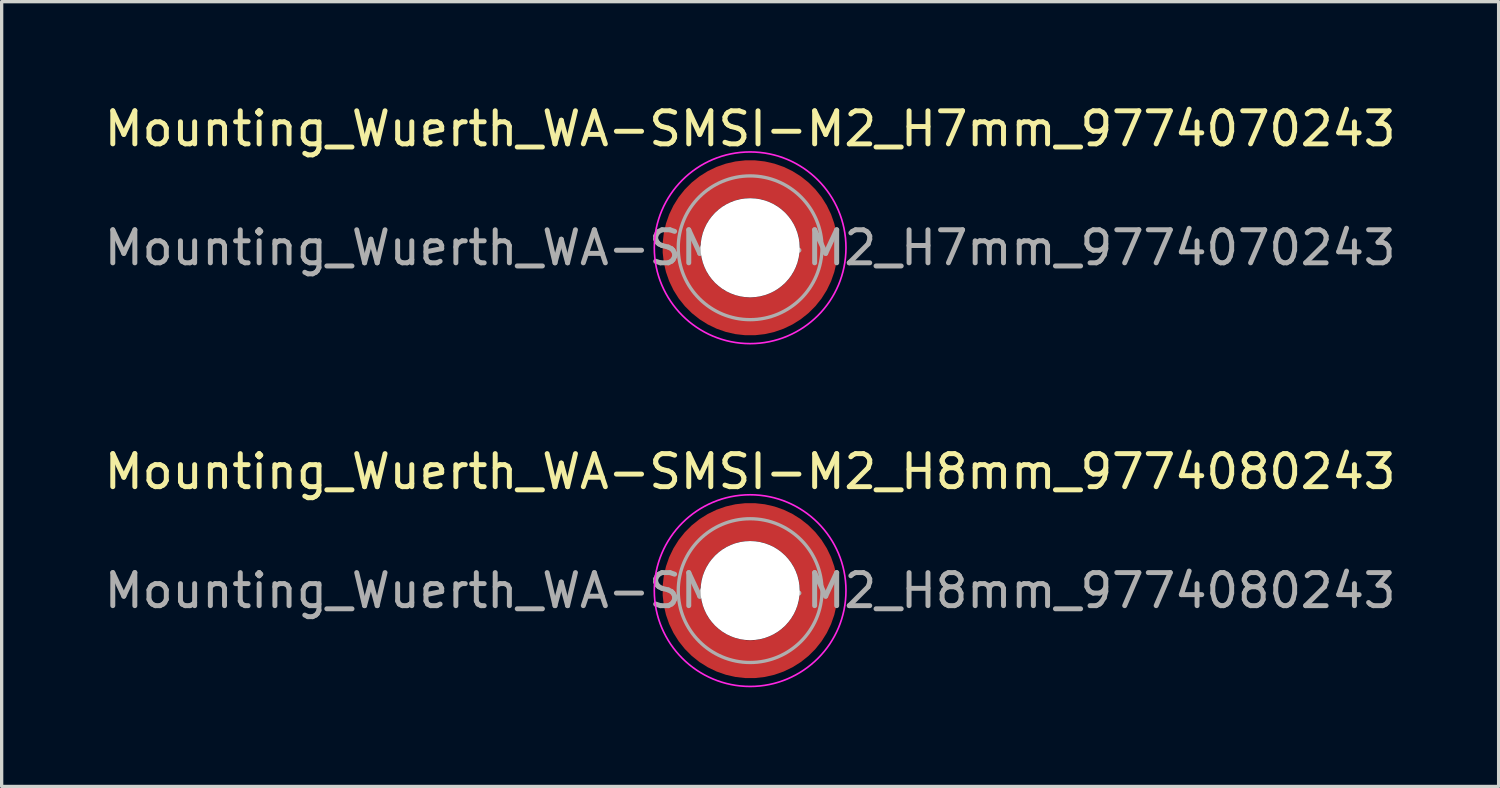
<source format=kicad_pcb>
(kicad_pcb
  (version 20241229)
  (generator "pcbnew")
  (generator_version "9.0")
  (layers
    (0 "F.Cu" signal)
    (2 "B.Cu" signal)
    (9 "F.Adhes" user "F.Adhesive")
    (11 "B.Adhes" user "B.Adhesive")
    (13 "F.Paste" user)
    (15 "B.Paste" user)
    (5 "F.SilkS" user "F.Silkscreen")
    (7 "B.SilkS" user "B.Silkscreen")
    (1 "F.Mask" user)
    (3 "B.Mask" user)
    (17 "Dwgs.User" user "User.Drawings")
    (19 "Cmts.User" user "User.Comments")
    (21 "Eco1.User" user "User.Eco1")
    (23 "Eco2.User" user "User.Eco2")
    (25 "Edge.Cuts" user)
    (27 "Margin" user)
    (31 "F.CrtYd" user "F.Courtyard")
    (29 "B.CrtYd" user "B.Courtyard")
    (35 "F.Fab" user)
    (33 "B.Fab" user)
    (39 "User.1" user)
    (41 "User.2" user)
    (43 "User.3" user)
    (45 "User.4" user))
  (footprint "Mounting_Wuerth_WA-SMSI-M2_H8mm_9774080243"
    (layer "F.Cu")
    (at 19.649 14.822)
    (property "Reference" "Mounting_Wuerth_WA-SMSI-M2_H8mm_9774080243" (at 0 -3.6 0) (layer "F.SilkS") (effects (font (size 1 1) (thickness 0.15))))
    (attr smd allow_soldermask_bridges)
    (fp_circle (center 0 0) (end 2.9 0) (stroke (width 0.05) (type solid)) (fill no) (layer "F.CrtYd"))
    (fp_circle (center 0 0) (end 2.175 0) (stroke (width 0.1) (type solid)) (fill no) (layer "F.Fab"))
    (fp_text user "${REFERENCE}" (at 0 0 0) (layer "F.Fab") (effects (font (size 1 1) (thickness 0.15))))
    (pad "" smd custom (at -1.453 -1.453) (size 0.505 0.505) (layers "F.Paste") (options (anchor circle)) (primitives (gr_arc (start -0.147677 1.053104) (mid 0.286378 0.286378) (end 1.053104 -0.147677) (width 0.2)) (gr_arc (start -0.240295 1.053104) (mid 0.222739 0.222739) (end 1.053104 -0.240295) (width 0.2)) (gr_arc (start -0.332645 1.053104) (mid 0.159099 0.159099) (end 1.053104 -0.332645) (width 0.2)) (gr_arc (start -0.424767 1.053104) (mid 0.095459 0.095459) (end 1.053104 -0.424767) (width 0.2)) (gr_arc (start -0.516693 1.053104) (mid 0.03182 0.03182) (end 1.053104 -0.516693) (width 0.2)) (gr_arc (start -0.608448 1.053104) (mid -0.03182 -0.03182) (end 1.053104 -0.608448) (width 0.2)) (gr_arc (start -0.700056 1.053104) (mid -0.095459 -0.095459) (end 1.053104 -0.700056) (width 0.2)) (gr_arc (start -0.791534 1.053104) (mid -0.159099 -0.159099) (end 1.053104 -0.791534) (width 0.2)) (gr_arc (start -0.882896 1.053104) (mid -0.222739 -0.222739) (end 1.053104 -0.882896) (width 0.2)) (gr_arc (start -0.974157 1.053104) (mid -0.286378 -0.286378) (end 1.053104 -0.974157) (width 0.2)) (gr_line (start 1.053 -0.148) (end 1.053 -0.974) (width 0.2)) (gr_line (start -0.148 1.053) (end -0.974 1.053) (width 0.2))))
    (pad "" smd custom (at -1.453 1.453) (size 0.505 0.505) (layers "F.Paste") (options (anchor circle)) (primitives (gr_arc (start 1.053104 0.147677) (mid 0.286378 -0.286378) (end -0.147677 -1.053104) (width 0.2)) (gr_arc (start 1.053104 0.240295) (mid 0.222739 -0.222739) (end -0.240295 -1.053104) (width 0.2)) (gr_arc (start 1.053104 0.332645) (mid 0.159099 -0.159099) (end -0.332645 -1.053104) (width 0.2)) (gr_arc (start 1.053104 0.424767) (mid 0.095459 -0.095459) (end -0.424767 -1.053104) (width 0.2)) (gr_arc (start 1.053104 0.516693) (mid 0.03182 -0.03182) (end -0.516693 -1.053104) (width 0.2)) (gr_arc (start 1.053104 0.608448) (mid -0.03182 0.03182) (end -0.608448 -1.053104) (width 0.2)) (gr_arc (start 1.053104 0.700056) (mid -0.095459 0.095459) (end -0.700056 -1.053104) (width 0.2)) (gr_arc (start 1.053104 0.791534) (mid -0.159099 0.159099) (end -0.791534 -1.053104) (width 0.2)) (gr_arc (start 1.053104 0.882896) (mid -0.222739 0.222739) (end -0.882896 -1.053104) (width 0.2)) (gr_arc (start 1.053104 0.974157) (mid -0.286378 0.286378) (end -0.974157 -1.053104) (width 0.2)) (gr_line (start -0.148 -1.053) (end -0.974 -1.053) (width 0.2)) (gr_line (start 1.053 0.148) (end 1.053 0.974) (width 0.2))))
    (pad "" np_thru_hole circle (at 0 0) (size 3 3) (drill 3) (layers "*.Cu" "*.Mask"))
    (pad "" smd custom (at 1.453 -1.453) (size 0.505 0.505) (layers "F.Paste") (options (anchor circle)) (primitives (gr_arc (start -1.053104 -0.147677) (mid -0.286378 0.286378) (end 0.147677 1.053104) (width 0.2)) (gr_arc (start -1.053104 -0.240295) (mid -0.222739 0.222739) (end 0.240295 1.053104) (width 0.2)) (gr_arc (start -1.053104 -0.332645) (mid -0.159099 0.159099) (end 0.332645 1.053104) (width 0.2)) (gr_arc (start -1.053104 -0.424767) (mid -0.095459 0.095459) (end 0.424767 1.053104) (width 0.2)) (gr_arc (start -1.053104 -0.516693) (mid -0.03182 0.03182) (end 0.516693 1.053104) (width 0.2)) (gr_arc (start -1.053104 -0.608448) (mid 0.03182 -0.03182) (end 0.608448 1.053104) (width 0.2)) (gr_arc (start -1.053104 -0.700056) (mid 0.095459 -0.095459) (end 0.700056 1.053104) (width 0.2)) (gr_arc (start -1.053104 -0.791534) (mid 0.159099 -0.159099) (end 0.791534 1.053104) (width 0.2)) (gr_arc (start -1.053104 -0.882896) (mid 0.222739 -0.222739) (end 0.882896 1.053104) (width 0.2)) (gr_arc (start -1.053104 -0.974157) (mid 0.286378 -0.286378) (end 0.974157 1.053104) (width 0.2)) (gr_line (start 0.148 1.053) (end 0.974 1.053) (width 0.2)) (gr_line (start -1.053 -0.148) (end -1.053 -0.974) (width 0.2))))
    (pad "" smd custom (at 1.453 1.453) (size 0.505 0.505) (layers "F.Paste") (options (anchor circle)) (primitives (gr_arc (start 0.147677 -1.053104) (mid -0.286378 -0.286378) (end -1.053104 0.147677) (width 0.2)) (gr_arc (start 0.240295 -1.053104) (mid -0.222739 -0.222739) (end -1.053104 0.240295) (width 0.2)) (gr_arc (start 0.332645 -1.053104) (mid -0.159099 -0.159099) (end -1.053104 0.332645) (width 0.2)) (gr_arc (start 0.424767 -1.053104) (mid -0.095459 -0.095459) (end -1.053104 0.424767) (width 0.2)) (gr_arc (start 0.516693 -1.053104) (mid -0.03182 -0.03182) (end -1.053104 0.516693) (width 0.2)) (gr_arc (start 0.608448 -1.053104) (mid 0.03182 0.03182) (end -1.053104 0.608448) (width 0.2)) (gr_arc (start 0.700056 -1.053104) (mid 0.095459 0.095459) (end -1.053104 0.700056) (width 0.2)) (gr_arc (start 0.791534 -1.053104) (mid 0.159099 0.159099) (end -1.053104 0.791534) (width 0.2)) (gr_arc (start 0.882896 -1.053104) (mid 0.222739 0.222739) (end -1.053104 0.882896) (width 0.2)) (gr_arc (start 0.974157 -1.053104) (mid 0.286378 0.286378) (end -1.053104 0.974157) (width 0.2)) (gr_line (start -1.053 0.148) (end -1.053 0.974) (width 0.2)) (gr_line (start 0.148 -1.053) (end 0.974 -1.053) (width 0.2))))
    (pad "1" smd circle (at -2.075 0) (size 0.642 0.642) (layers "F.Cu"))
    (pad "1" smd circle (at 0 -2.075) (size 0.642 0.642) (layers "F.Cu"))
    (pad "1" smd circle (at 0 2.075) (size 0.642 0.642) (layers "F.Cu"))
    (pad "1" smd custom (at 2.075 0) (size 1.15 1.15) (layers "F.Cu" "F.Mask") (options (anchor circle)) (primitives (gr_circle (center -2.075 0) (end 0 0) (width 1.15) (fill no)))))
  (footprint "Mounting_Wuerth_WA-SMSI-M2_H7mm_9774070243"
    (layer "F.Cu")
    (at 19.649 4.448)
    (property "Reference" "Mounting_Wuerth_WA-SMSI-M2_H7mm_9774070243" (at 0 -3.6 0) (layer "F.SilkS") (effects (font (size 1 1) (thickness 0.15))))
    (attr smd allow_soldermask_bridges)
    (fp_circle (center 0 0) (end 2.9 0) (stroke (width 0.05) (type solid)) (fill no) (layer "F.CrtYd"))
    (fp_circle (center 0 0) (end 2.175 0) (stroke (width 0.1) (type solid)) (fill no) (layer "F.Fab"))
    (fp_text user "${REFERENCE}" (at 0 0 0) (layer "F.Fab") (effects (font (size 1 1) (thickness 0.15))))
    (pad "" smd custom (at -1.453 -1.453) (size 0.505 0.505) (layers "F.Paste") (options (anchor circle)) (primitives (gr_arc (start -0.147677 1.053104) (mid 0.286378 0.286378) (end 1.053104 -0.147677) (width 0.2)) (gr_arc (start -0.240295 1.053104) (mid 0.222739 0.222739) (end 1.053104 -0.240295) (width 0.2)) (gr_arc (start -0.332645 1.053104) (mid 0.159099 0.159099) (end 1.053104 -0.332645) (width 0.2)) (gr_arc (start -0.424767 1.053104) (mid 0.095459 0.095459) (end 1.053104 -0.424767) (width 0.2)) (gr_arc (start -0.516693 1.053104) (mid 0.03182 0.03182) (end 1.053104 -0.516693) (width 0.2)) (gr_arc (start -0.608448 1.053104) (mid -0.03182 -0.03182) (end 1.053104 -0.608448) (width 0.2)) (gr_arc (start -0.700056 1.053104) (mid -0.095459 -0.095459) (end 1.053104 -0.700056) (width 0.2)) (gr_arc (start -0.791534 1.053104) (mid -0.159099 -0.159099) (end 1.053104 -0.791534) (width 0.2)) (gr_arc (start -0.882896 1.053104) (mid -0.222739 -0.222739) (end 1.053104 -0.882896) (width 0.2)) (gr_arc (start -0.974157 1.053104) (mid -0.286378 -0.286378) (end 1.053104 -0.974157) (width 0.2)) (gr_line (start 1.053 -0.148) (end 1.053 -0.974) (width 0.2)) (gr_line (start -0.148 1.053) (end -0.974 1.053) (width 0.2))))
    (pad "" smd custom (at -1.453 1.453) (size 0.505 0.505) (layers "F.Paste") (options (anchor circle)) (primitives (gr_arc (start 1.053104 0.147677) (mid 0.286378 -0.286378) (end -0.147677 -1.053104) (width 0.2)) (gr_arc (start 1.053104 0.240295) (mid 0.222739 -0.222739) (end -0.240295 -1.053104) (width 0.2)) (gr_arc (start 1.053104 0.332645) (mid 0.159099 -0.159099) (end -0.332645 -1.053104) (width 0.2)) (gr_arc (start 1.053104 0.424767) (mid 0.095459 -0.095459) (end -0.424767 -1.053104) (width 0.2)) (gr_arc (start 1.053104 0.516693) (mid 0.03182 -0.03182) (end -0.516693 -1.053104) (width 0.2)) (gr_arc (start 1.053104 0.608448) (mid -0.03182 0.03182) (end -0.608448 -1.053104) (width 0.2)) (gr_arc (start 1.053104 0.700056) (mid -0.095459 0.095459) (end -0.700056 -1.053104) (width 0.2)) (gr_arc (start 1.053104 0.791534) (mid -0.159099 0.159099) (end -0.791534 -1.053104) (width 0.2)) (gr_arc (start 1.053104 0.882896) (mid -0.222739 0.222739) (end -0.882896 -1.053104) (width 0.2)) (gr_arc (start 1.053104 0.974157) (mid -0.286378 0.286378) (end -0.974157 -1.053104) (width 0.2)) (gr_line (start -0.148 -1.053) (end -0.974 -1.053) (width 0.2)) (gr_line (start 1.053 0.148) (end 1.053 0.974) (width 0.2))))
    (pad "" np_thru_hole circle (at 0 0) (size 3 3) (drill 3) (layers "*.Cu" "*.Mask"))
    (pad "" smd custom (at 1.453 -1.453) (size 0.505 0.505) (layers "F.Paste") (options (anchor circle)) (primitives (gr_arc (start -1.053104 -0.147677) (mid -0.286378 0.286378) (end 0.147677 1.053104) (width 0.2)) (gr_arc (start -1.053104 -0.240295) (mid -0.222739 0.222739) (end 0.240295 1.053104) (width 0.2)) (gr_arc (start -1.053104 -0.332645) (mid -0.159099 0.159099) (end 0.332645 1.053104) (width 0.2)) (gr_arc (start -1.053104 -0.424767) (mid -0.095459 0.095459) (end 0.424767 1.053104) (width 0.2)) (gr_arc (start -1.053104 -0.516693) (mid -0.03182 0.03182) (end 0.516693 1.053104) (width 0.2)) (gr_arc (start -1.053104 -0.608448) (mid 0.03182 -0.03182) (end 0.608448 1.053104) (width 0.2)) (gr_arc (start -1.053104 -0.700056) (mid 0.095459 -0.095459) (end 0.700056 1.053104) (width 0.2)) (gr_arc (start -1.053104 -0.791534) (mid 0.159099 -0.159099) (end 0.791534 1.053104) (width 0.2)) (gr_arc (start -1.053104 -0.882896) (mid 0.222739 -0.222739) (end 0.882896 1.053104) (width 0.2)) (gr_arc (start -1.053104 -0.974157) (mid 0.286378 -0.286378) (end 0.974157 1.053104) (width 0.2)) (gr_line (start 0.148 1.053) (end 0.974 1.053) (width 0.2)) (gr_line (start -1.053 -0.148) (end -1.053 -0.974) (width 0.2))))
    (pad "" smd custom (at 1.453 1.453) (size 0.505 0.505) (layers "F.Paste") (options (anchor circle)) (primitives (gr_arc (start 0.147677 -1.053104) (mid -0.286378 -0.286378) (end -1.053104 0.147677) (width 0.2)) (gr_arc (start 0.240295 -1.053104) (mid -0.222739 -0.222739) (end -1.053104 0.240295) (width 0.2)) (gr_arc (start 0.332645 -1.053104) (mid -0.159099 -0.159099) (end -1.053104 0.332645) (width 0.2)) (gr_arc (start 0.424767 -1.053104) (mid -0.095459 -0.095459) (end -1.053104 0.424767) (width 0.2)) (gr_arc (start 0.516693 -1.053104) (mid -0.03182 -0.03182) (end -1.053104 0.516693) (width 0.2)) (gr_arc (start 0.608448 -1.053104) (mid 0.03182 0.03182) (end -1.053104 0.608448) (width 0.2)) (gr_arc (start 0.700056 -1.053104) (mid 0.095459 0.095459) (end -1.053104 0.700056) (width 0.2)) (gr_arc (start 0.791534 -1.053104) (mid 0.159099 0.159099) (end -1.053104 0.791534) (width 0.2)) (gr_arc (start 0.882896 -1.053104) (mid 0.222739 0.222739) (end -1.053104 0.882896) (width 0.2)) (gr_arc (start 0.974157 -1.053104) (mid 0.286378 0.286378) (end -1.053104 0.974157) (width 0.2)) (gr_line (start -1.053 0.148) (end -1.053 0.974) (width 0.2)) (gr_line (start 0.148 -1.053) (end 0.974 -1.053) (width 0.2))))
    (pad "1" smd circle (at -2.075 0) (size 0.642 0.642) (layers "F.Cu"))
    (pad "1" smd circle (at 0 -2.075) (size 0.642 0.642) (layers "F.Cu"))
    (pad "1" smd circle (at 0 2.075) (size 0.642 0.642) (layers "F.Cu"))
    (pad "1" smd custom (at 2.075 0) (size 1.15 1.15) (layers "F.Cu" "F.Mask") (options (anchor circle)) (primitives (gr_circle (center -2.075 0) (end 0 0) (width 1.15) (fill no)))))
  (gr_rect
    (start -3 -3)
    (end 42.298 20.747)
    (stroke (width 0.1) (type default))
    (fill no)
    (layer "Edge.Cuts")))
</source>
